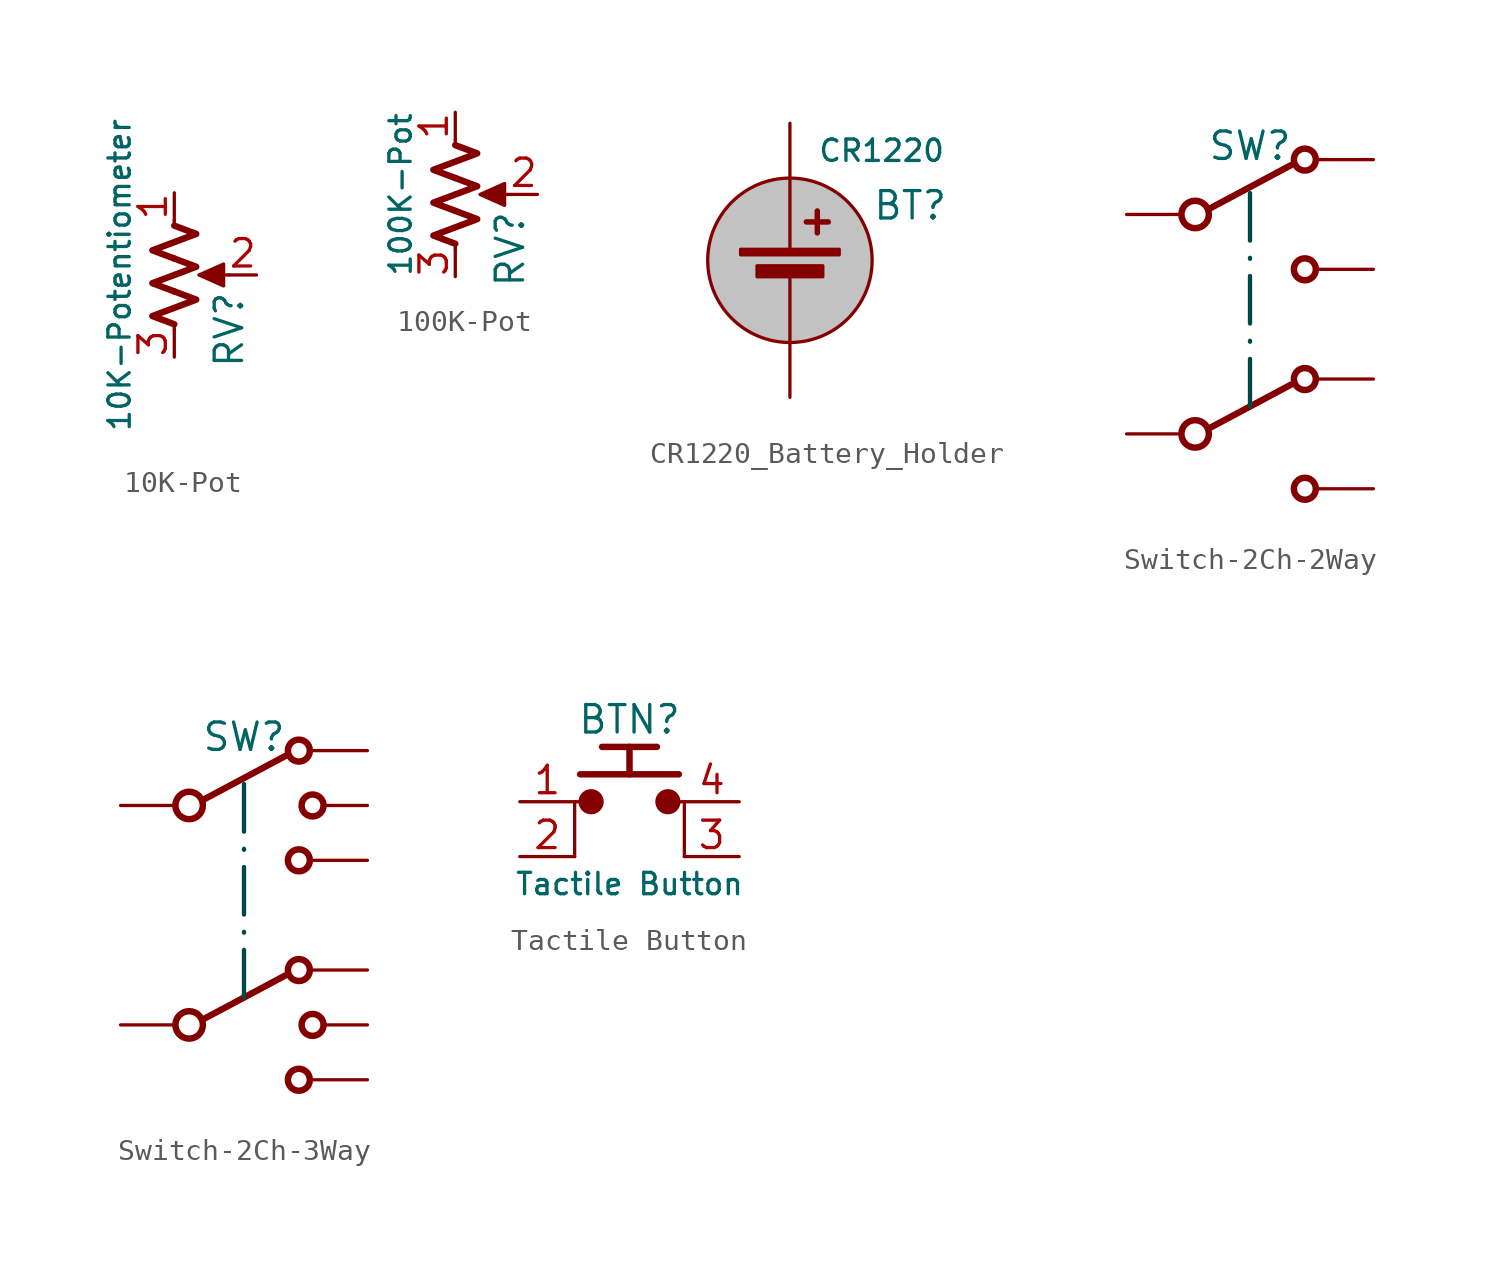
<source format=kicad_sym>
(kicad_symbol_lib
  (version 20241209)
  (generator "kicad_symbol_editor")
  (generator_version "9.0")
  (symbol "10K-Pot"
    (pin_names
      (offset 1.016)
      (hide yes))
    (property "Reference" "RV"
      (at 2.54 -2.54 90)
      (effects (font (size 1.27 1.27))))
    (property "Value" "10K-Potentiometer"
      (at -2.54 0 90)
      (effects (font (size 0.991 0.991))))
    (symbol "10K-Pot_0_1"
      (polyline (pts (xy 0 2.54) (xy 0 2.286)) (stroke (width 0) (type default)) (fill (type none)))
      (polyline (pts (xy 0 2.286) (xy 1.016 1.905) (xy 0 1.524) (xy -1.016 1.143) (xy 0 0.762)) (stroke (width 0.3) (type default)) (fill (type none)))
      (polyline (pts (xy 0 0.762) (xy 1.016 0.381) (xy 0 0) (xy -1.016 -0.381) (xy 0 -0.762)) (stroke (width 0.3) (type default)) (fill (type none)))
      (polyline (pts (xy 0 -0.762) (xy 1.016 -1.143) (xy 0 -1.524) (xy -1.016 -1.905) (xy 0 -2.286)) (stroke (width 0.3) (type default)) (fill (type none)))
      (polyline (pts (xy 0 -2.286) (xy 0 -2.54)) (stroke (width 0) (type default)) (fill (type none)))
      (polyline (pts (xy 1.143 0) (xy 2.286 0.508) (xy 2.286 -0.508) (xy 1.143 0)) (stroke (width 0) (type default)) (fill (type outline)))
      (polyline (pts (xy 2.54 0) (xy 1.524 0)) (stroke (width 0) (type default)) (fill (type none))))
    (symbol "10K-Pot_1_1"
      (pin passive line (at 0 3.81 270) (length 1.27) (name "1" (effects (font (size 1.27 1.27)))) (number "1" (effects (font (size 1.27 1.27)))))
      (pin passive line (at 0 -3.81 90) (length 1.27) (name "3" (effects (font (size 1.27 1.27)))) (number "3" (effects (font (size 1.27 1.27)))))
      (pin passive line (at 3.81 0 180) (length 1.27) (name "2" (effects (font (size 1.27 1.27)))) (number "2" (effects (font (size 1.27 1.27)))))))
  (symbol "100K-Pot"
    (pin_names
      (offset 1.016)
      (hide yes))
    (property "Reference" "RV"
      (at 2.54 -2.54 90)
      (effects (font (size 1.27 1.27))))
    (property "Value" "100K-Pot"
      (at -2.54 0 90)
      (effects (font (size 0.991 0.991))))
    (symbol "100K-Pot_0_1"
      (polyline (pts (xy 0 2.54) (xy 0 2.286)) (stroke (width 0) (type default)) (fill (type none)))
      (polyline (pts (xy 0 2.286) (xy 1.016 1.905) (xy 0 1.524) (xy -1.016 1.143) (xy 0 0.762)) (stroke (width 0.3) (type default)) (fill (type none)))
      (polyline (pts (xy 0 0.762) (xy 1.016 0.381) (xy 0 0) (xy -1.016 -0.381) (xy 0 -0.762)) (stroke (width 0.3) (type default)) (fill (type none)))
      (polyline (pts (xy 0 -0.762) (xy 1.016 -1.143) (xy 0 -1.524) (xy -1.016 -1.905) (xy 0 -2.286)) (stroke (width 0.3) (type default)) (fill (type none)))
      (polyline (pts (xy 0 -2.286) (xy 0 -2.54)) (stroke (width 0) (type default)) (fill (type none)))
      (polyline (pts (xy 1.143 0) (xy 2.286 0.508) (xy 2.286 -0.508) (xy 1.143 0)) (stroke (width 0) (type default)) (fill (type outline)))
      (polyline (pts (xy 2.54 0) (xy 1.524 0)) (stroke (width 0) (type default)) (fill (type none))))
    (symbol "100K-Pot_1_1"
      (pin passive line (at 0 3.81 270) (length 1.27) (name "1" (effects (font (size 1.27 1.27)))) (number "1" (effects (font (size 1.27 1.27)))))
      (pin passive line (at 0 -3.81 90) (length 1.27) (name "3" (effects (font (size 1.27 1.27)))) (number "3" (effects (font (size 1.27 1.27)))))
      (pin passive line (at 3.81 0 180) (length 1.27) (name "2" (effects (font (size 1.27 1.27)))) (number "2" (effects (font (size 1.27 1.27)))))))
  (symbol "CR1220_Battery_Holder"
    (pin_numbers
      (hide yes))
    (pin_names
      (offset 0)
      (hide yes))
    (property "Reference" "BT"
      (at 3.81 2.54 0)
      (effects (font (size 1.27 1.27)) (justify left)))
    (property "Value" "CR1220"
      (at 1.27 5.08 0)
      (effects (font (size 0.991 0.991)) (justify left)))
    (symbol "CR1220_Battery_Holder_0_1"
      (rectangle (start -2.286 0.508) (end 2.286 0.254) (stroke (width 0) (type default)) (fill (type outline)))
      (rectangle (start -1.524 -0.254) (end 1.524 -0.762) (stroke (width 0) (type default)) (fill (type outline)))
      (polyline (pts (xy 0 0.508) (xy 0 3.81)) (stroke (width 0) (type default)) (fill (type none)))
      (polyline (pts (xy 0 -0.508) (xy 0 -3.81)) (stroke (width 0) (type default)) (fill (type none)))
      (polyline (pts (xy 0.762 1.778) (xy 1.778 1.778)) (stroke (width 0.254) (type default)) (fill (type none)))
      (polyline (pts (xy 1.27 2.286) (xy 1.27 1.27)) (stroke (width 0.254) (type default)) (fill (type none))))
    (symbol "CR1220_Battery_Holder_1_1"
      (circle (center 0 0) (radius 3.81) (stroke (width 0) (type solid)) (fill (type color) (color 194 194 194 1)))
      (pin passive line (at 0 6.35 270) (length 2.54) (name "+" (effects (font (size 0.991 0.991)))) (number "1" (effects (font (size 0.991 0.991)))))
      (pin passive line (at 0 -6.35 90) (length 2.54) (name "-" (effects (font (size 0.991 0.991)))) (number "2" (effects (font (size 0.991 0.991)))))))
  (symbol "Switch-2Ch-2Way"
    (pin_numbers
      (hide yes))
    (pin_names
      (hide yes))
    (property "Reference" "SW"
      (at 3.175 3.175 0)
      (effects (font (size 1.27 1.27))))
    (symbol "Switch-2Ch-2Way_1_0"
      (circle (center 0.635 0) (radius 0.635) (stroke (width 0.3) (type default)) (fill (type none)))
      (circle (center 0.635 -10.16) (radius 0.635) (stroke (width 0.3) (type default)) (fill (type none))))
    (symbol "Switch-2Ch-2Way_1_1"
      (polyline (pts (xy 1.27 0.254) (xy 5.08 2.286)) (stroke (width 0.3) (type default)) (fill (type none)))
      (polyline (pts (xy 1.27 -9.906) (xy 5.08 -7.874)) (stroke (width 0.3) (type default)) (fill (type none)))
      (polyline (pts (xy 3.175 -8.89) (xy 3.175 1.27)) (stroke (width 0.2) (type dash_dot) (color 0 72 72 1)) (fill (type none)))
      (circle (center 5.715 2.54) (radius 0.508) (stroke (width 0.3) (type default)) (fill (type none)))
      (circle (center 5.715 -2.54) (radius 0.508) (stroke (width 0.3) (type default)) (fill (type none)))
      (circle (center 5.715 -7.62) (radius 0.508) (stroke (width 0.3) (type default)) (fill (type none)))
      (circle (center 5.715 -12.7) (radius 0.508) (stroke (width 0.3) (type default)) (fill (type none)))
      (pin passive line (at -2.54 0 0) (length 2.54) (name "Common" (effects (font (size 1.27 1.27)))) (number "2" (effects (font (size 1.27 1.27)))))
      (pin passive line (at -2.54 -10.16 0) (length 2.54) (name "Common" (effects (font (size 1.27 1.27)))) (number "5" (effects (font (size 1.27 1.27)))))
      (pin passive line (at 8.89 2.54 180) (length 2.54) (name "Left" (effects (font (size 1.27 1.27)))) (number "1" (effects (font (size 1.27 1.27)))))
      (pin passive line (at 8.89 -2.54 180) (length 2.54) (name "Right" (effects (font (size 1.27 1.27)))) (number "3" (effects (font (size 1.27 1.27)))))
      (pin passive line (at 8.89 -7.62 180) (length 2.54) (name "Left" (effects (font (size 1.27 1.27)))) (number "6" (effects (font (size 1.27 1.27)))))
      (pin passive line (at 8.89 -12.7 180) (length 2.54) (name "Right" (effects (font (size 1.27 1.27)))) (number "4" (effects (font (size 1.27 1.27)))))))
  (symbol "Switch-2Ch-3Way"
    (pin_numbers
      (hide yes))
    (pin_names
      (hide yes))
    (property "Reference" "SW"
      (at 3.175 3.175 0)
      (effects (font (size 1.27 1.27))))
    (symbol "Switch-2Ch-3Way_1_0"
      (circle (center 0.635 0) (radius 0.635) (stroke (width 0.3) (type default)) (fill (type none)))
      (circle (center 0.635 -10.16) (radius 0.635) (stroke (width 0.3) (type default)) (fill (type none))))
    (symbol "Switch-2Ch-3Way_1_1"
      (polyline (pts (xy 1.27 0.254) (xy 5.08 2.286)) (stroke (width 0.3) (type default)) (fill (type none)))
      (polyline (pts (xy 1.27 -9.906) (xy 5.08 -7.874)) (stroke (width 0.3) (type default)) (fill (type none)))
      (polyline (pts (xy 3.175 -8.89) (xy 3.175 1.27)) (stroke (width 0.2) (type dash_dot) (color 0 72 72 1)) (fill (type none)))
      (circle (center 5.715 2.54) (radius 0.508) (stroke (width 0.3) (type default)) (fill (type none)))
      (circle (center 5.715 -2.54) (radius 0.508) (stroke (width 0.3) (type default)) (fill (type none)))
      (circle (center 5.715 -7.62) (radius 0.508) (stroke (width 0.3) (type default)) (fill (type none)))
      (circle (center 5.715 -12.7) (radius 0.508) (stroke (width 0.3) (type default)) (fill (type none)))
      (circle (center 6.35 0) (radius 0.508) (stroke (width 0.3) (type default)) (fill (type none)))
      (circle (center 6.35 -10.16) (radius 0.508) (stroke (width 0.3) (type default)) (fill (type none)))
      (pin passive line (at -2.54 0 0) (length 2.54) (name "Common" (effects (font (size 1.27 1.27)))) (number "2" (effects (font (size 1.27 1.27)))))
      (pin passive line (at -2.54 -10.16 0) (length 2.54) (name "Common" (effects (font (size 1.27 1.27)))) (number "7" (effects (font (size 1.27 1.27)))))
      (pin passive line (at 8.89 2.54 180) (length 2.54) (name "Left" (effects (font (size 1.27 1.27)))) (number "1" (effects (font (size 1.27 1.27)))))
      (pin passive line (at 8.89 0 180) (length 2) (name "Middle" (effects (font (size 1.27 1.27)))) (number "3" (effects (font (size 1.27 1.27)))))
      (pin passive line (at 8.89 -2.54 180) (length 2.54) (name "Right" (effects (font (size 1.27 1.27)))) (number "4" (effects (font (size 1.27 1.27)))))
      (pin passive line (at 8.89 -7.62 180) (length 2.54) (name "Left" (effects (font (size 1.27 1.27)))) (number "8" (effects (font (size 1.27 1.27)))))
      (pin passive line (at 8.89 -10.16 180) (length 2) (name "Middle" (effects (font (size 1.27 1.27)))) (number "6" (effects (font (size 1.27 1.27)))))
      (pin passive line (at 8.89 -12.7 180) (length 2.54) (name "Right" (effects (font (size 1.27 1.27)))) (number "5" (effects (font (size 1.27 1.27)))))))
  (symbol "Tactile Button"
    (property "Reference" "BTN"
      (at 0 3.81 0)
      (effects (font (size 1.27 1.27))))
    (property "Value" "Tactile Button"
      (at 0 -3.81 0)
      (effects (font (size 0.991 0.991))))
    (symbol "Tactile Button_0_1"
      (polyline (pts (xy -2.54 -2.54) (xy -2.54 0) (xy -2.286 0)) (stroke (width 0) (type default)) (fill (type none)))
      (polyline (pts (xy -2.286 1.27) (xy 2.286 1.27)) (stroke (width 0.3) (type default)) (fill (type none)))
      (circle (center -1.778 0) (radius 0.508) (stroke (width 0) (type default)) (fill (type outline)))
      (polyline (pts (xy -1.27 2.54) (xy 1.27 2.54)) (stroke (width 0.3) (type default)) (fill (type none)))
      (polyline (pts (xy 0 1.27) (xy 0 2.54)) (stroke (width 0.3) (type default)) (fill (type none)))
      (circle (center 1.778 0) (radius 0.508) (stroke (width 0) (type default)) (fill (type outline)))
      (polyline (pts (xy 2.54 -2.54) (xy 2.54 0) (xy 2.286 0)) (stroke (width 0) (type default)) (fill (type none)))
      (pin passive line (at -5.08 0 0) (length 2.54) (name "" (effects (font (size 0.991 0.991)))) (number "1" (effects (font (size 1.27 1.27)))))
      (pin passive line (at -5.08 -2.54 0) (length 2.54) (name "" (effects (font (size 0.991 0.991)))) (number "2" (effects (font (size 1.27 1.27)))))
      (pin passive line (at 5.08 0 180) (length 2.54) (name "" (effects (font (size 0.991 0.991)))) (number "4" (effects (font (size 1.27 1.27)))))
      (pin passive line (at 5.08 -2.54 180) (length 2.54) (name "" (effects (font (size 0.991 0.991)))) (number "3" (effects (font (size 1.27 1.27))))))))
</source>
